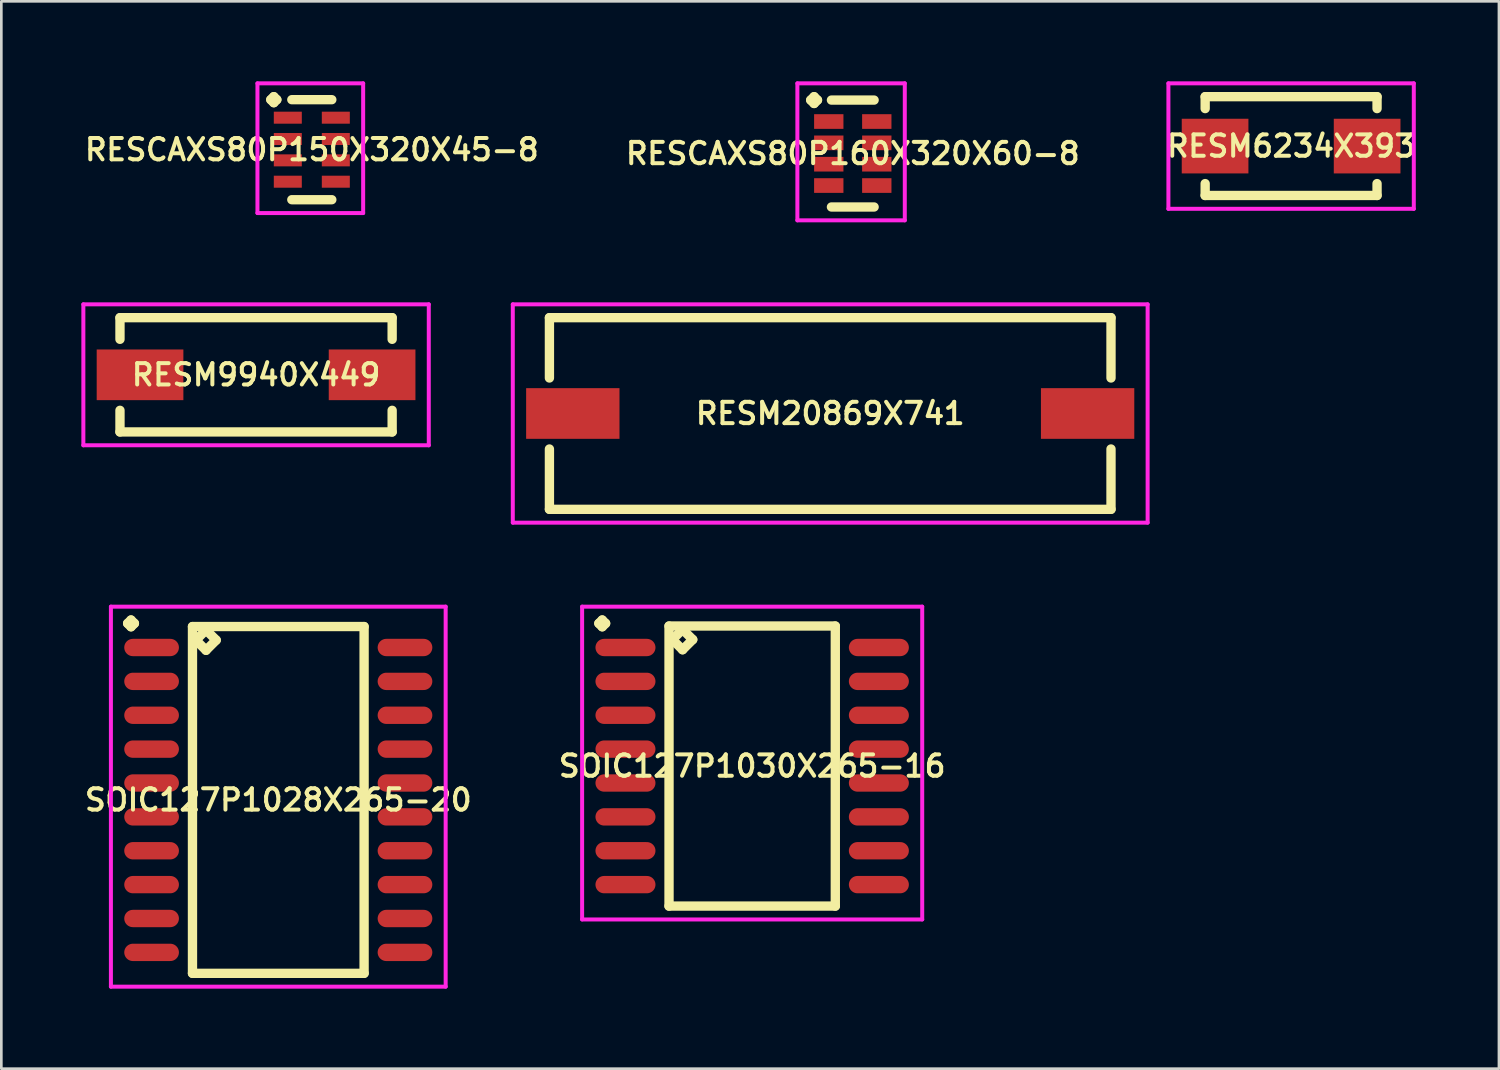
<source format=kicad_pcb>
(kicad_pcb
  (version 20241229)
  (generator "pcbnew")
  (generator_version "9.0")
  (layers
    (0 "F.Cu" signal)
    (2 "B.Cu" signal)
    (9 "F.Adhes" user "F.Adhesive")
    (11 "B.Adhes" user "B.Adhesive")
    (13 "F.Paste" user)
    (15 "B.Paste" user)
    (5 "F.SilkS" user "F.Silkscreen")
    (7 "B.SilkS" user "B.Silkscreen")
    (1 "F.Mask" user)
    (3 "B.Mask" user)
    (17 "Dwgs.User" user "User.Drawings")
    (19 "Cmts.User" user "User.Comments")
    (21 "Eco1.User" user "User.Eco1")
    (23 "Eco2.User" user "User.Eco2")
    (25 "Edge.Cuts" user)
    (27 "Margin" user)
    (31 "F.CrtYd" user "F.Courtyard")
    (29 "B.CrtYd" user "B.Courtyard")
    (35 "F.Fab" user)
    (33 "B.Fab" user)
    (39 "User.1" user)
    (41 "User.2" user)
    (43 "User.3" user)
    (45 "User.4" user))
  (footprint "RESM6234X393"
    (layer "F.Cu")
    (at 45.354 2.427)
    (property "Reference" "RESM6234X393" (at 0 0 0) (layer "F.SilkS") (effects (font (size 0.8 0.8) (thickness 0.15))))
    (attr smd)
    (fp_line (start -3.222 -1.852) (end 3.222 -1.852) (stroke (width 0.35) (type solid)) (layer "F.SilkS"))
    (fp_line (start -3.222 -1.406) (end -3.222 -1.852) (stroke (width 0.35) (type solid)) (layer "F.SilkS"))
    (fp_line (start -3.222 1.406) (end -3.222 1.852) (stroke (width 0.35) (type solid)) (layer "F.SilkS"))
    (fp_line (start -3.222 1.852) (end 3.222 1.852) (stroke (width 0.35) (type solid)) (layer "F.SilkS"))
    (fp_line (start 3.222 -1.852) (end 3.222 -1.406) (stroke (width 0.35) (type solid)) (layer "F.SilkS"))
    (fp_line (start 3.222 1.852) (end 3.222 1.406) (stroke (width 0.35) (type solid)) (layer "F.SilkS"))
    (fp_line (start -4.6 -2.352) (end 4.6 -2.352) (stroke (width 0.15) (type solid)) (layer "F.CrtYd"))
    (fp_line (start -4.6 2.352) (end -4.6 -2.352) (stroke (width 0.15) (type solid)) (layer "F.CrtYd"))
    (fp_line (start 4.6 -2.352) (end 4.6 2.352) (stroke (width 0.15) (type solid)) (layer "F.CrtYd"))
    (fp_line (start 4.6 2.352) (end -4.6 2.352) (stroke (width 0.15) (type solid)) (layer "F.CrtYd"))
    (pad "1" smd rect (at -2.85 0) (size 2.5 2.05) (layers "F.Cu" "F.Mask" "F.Paste"))
    (pad "2" smd rect (at 2.85 0) (size 2.5 2.05) (layers "F.Cu" "F.Mask" "F.Paste")))
  (footprint "RESM9940X449"
    (layer "F.Cu")
    (at 6.55 11.002)
    (property "Reference" "RESM9940X449" (at 0 0 0) (layer "F.SilkS") (effects (font (size 0.8 0.8) (thickness 0.15))))
    (attr smd)
    (fp_line (start -5.102 -2.142) (end 5.102 -2.142) (stroke (width 0.35) (type solid)) (layer "F.SilkS"))
    (fp_line (start -5.102 -1.331) (end -5.102 -2.142) (stroke (width 0.35) (type solid)) (layer "F.SilkS"))
    (fp_line (start -5.102 1.331) (end -5.102 2.142) (stroke (width 0.35) (type solid)) (layer "F.SilkS"))
    (fp_line (start -5.102 2.142) (end 5.102 2.142) (stroke (width 0.35) (type solid)) (layer "F.SilkS"))
    (fp_line (start 5.102 -2.142) (end 5.102 -1.331) (stroke (width 0.35) (type solid)) (layer "F.SilkS"))
    (fp_line (start 5.102 2.142) (end 5.102 1.331) (stroke (width 0.35) (type solid)) (layer "F.SilkS"))
    (fp_line (start -6.475 -2.642) (end 6.475 -2.642) (stroke (width 0.15) (type solid)) (layer "F.CrtYd"))
    (fp_line (start -6.475 2.642) (end -6.475 -2.642) (stroke (width 0.15) (type solid)) (layer "F.CrtYd"))
    (fp_line (start 6.475 -2.642) (end 6.475 2.642) (stroke (width 0.15) (type solid)) (layer "F.CrtYd"))
    (fp_line (start 6.475 2.642) (end -6.475 2.642) (stroke (width 0.15) (type solid)) (layer "F.CrtYd"))
    (pad "1" smd rect (at -4.35 0) (size 3.25 1.9) (layers "F.Cu" "F.Mask" "F.Paste"))
    (pad "2" smd rect (at 4.35 0) (size 3.25 1.9) (layers "F.Cu" "F.Mask" "F.Paste")))
  (footprint "SOIC127P1030X265-16"
    (layer "F.Cu")
    (at 25.149 25.67)
    (property "Reference" "SOIC127P1030X265-16" (at 0 0 0) (layer "F.SilkS") (effects (font (size 0.8 0.8) (thickness 0.15))))
    (attr smd)
    (fp_line (start -5.748 -5.349) (end -5.621 -5.476) (stroke (width 0.35) (type solid)) (layer "F.SilkS"))
    (fp_line (start -5.621 -5.476) (end -5.494 -5.349) (stroke (width 0.35) (type solid)) (layer "F.SilkS"))
    (fp_line (start -5.621 -5.222) (end -5.748 -5.349) (stroke (width 0.35) (type solid)) (layer "F.SilkS"))
    (fp_line (start -5.494 -5.349) (end -5.621 -5.222) (stroke (width 0.35) (type solid)) (layer "F.SilkS"))
    (fp_line (start -3.117 -5.25) (end -3.117 5.25) (stroke (width 0.35) (type solid)) (layer "F.SilkS"))
    (fp_line (start -3.117 5.25) (end 3.117 5.25) (stroke (width 0.35) (type solid)) (layer "F.SilkS"))
    (fp_line (start -2.99 -4.742) (end -2.609 -5.123) (stroke (width 0.35) (type solid)) (layer "F.SilkS"))
    (fp_line (start -2.609 -5.123) (end -2.228 -4.742) (stroke (width 0.35) (type solid)) (layer "F.SilkS"))
    (fp_line (start -2.609 -4.361) (end -2.99 -4.742) (stroke (width 0.35) (type solid)) (layer "F.SilkS"))
    (fp_line (start -2.228 -4.742) (end -2.609 -4.361) (stroke (width 0.35) (type solid)) (layer "F.SilkS"))
    (fp_line (start 3.117 -5.25) (end -3.117 -5.25) (stroke (width 0.35) (type solid)) (layer "F.SilkS"))
    (fp_line (start 3.117 5.25) (end 3.117 -5.25) (stroke (width 0.35) (type solid)) (layer "F.SilkS"))
    (fp_line (start -6.375 -5.976) (end 6.375 -5.976) (stroke (width 0.15) (type solid)) (layer "F.CrtYd"))
    (fp_line (start -6.375 5.75) (end -6.375 -5.976) (stroke (width 0.15) (type solid)) (layer "F.CrtYd"))
    (fp_line (start 6.375 -5.976) (end 6.375 5.75) (stroke (width 0.15) (type solid)) (layer "F.CrtYd"))
    (fp_line (start 6.375 5.75) (end -6.375 5.75) (stroke (width 0.15) (type solid)) (layer "F.CrtYd"))
    (pad "1" smd oval (at -4.75 -4.445) (size 2.25 0.65) (layers "F.Cu" "F.Mask" "F.Paste"))
    (pad "2" smd oval (at -4.75 -3.175) (size 2.25 0.65) (layers "F.Cu" "F.Mask" "F.Paste"))
    (pad "3" smd oval (at -4.75 -1.905) (size 2.25 0.65) (layers "F.Cu" "F.Mask" "F.Paste"))
    (pad "4" smd oval (at -4.75 -0.635) (size 2.25 0.65) (layers "F.Cu" "F.Mask" "F.Paste"))
    (pad "5" smd oval (at -4.75 0.635) (size 2.25 0.65) (layers "F.Cu" "F.Mask" "F.Paste"))
    (pad "6" smd oval (at -4.75 1.905) (size 2.25 0.65) (layers "F.Cu" "F.Mask" "F.Paste"))
    (pad "7" smd oval (at -4.75 3.175) (size 2.25 0.65) (layers "F.Cu" "F.Mask" "F.Paste"))
    (pad "8" smd oval (at -4.75 4.445) (size 2.25 0.65) (layers "F.Cu" "F.Mask" "F.Paste"))
    (pad "9" smd oval (at 4.75 4.445) (size 2.25 0.65) (layers "F.Cu" "F.Mask" "F.Paste"))
    (pad "10" smd oval (at 4.75 3.175) (size 2.25 0.65) (layers "F.Cu" "F.Mask" "F.Paste"))
    (pad "11" smd oval (at 4.75 1.905) (size 2.25 0.65) (layers "F.Cu" "F.Mask" "F.Paste"))
    (pad "12" smd oval (at 4.75 0.635) (size 2.25 0.65) (layers "F.Cu" "F.Mask" "F.Paste"))
    (pad "13" smd oval (at 4.75 -0.635) (size 2.25 0.65) (layers "F.Cu" "F.Mask" "F.Paste"))
    (pad "14" smd oval (at 4.75 -1.905) (size 2.25 0.65) (layers "F.Cu" "F.Mask" "F.Paste"))
    (pad "15" smd oval (at 4.75 -3.175) (size 2.25 0.65) (layers "F.Cu" "F.Mask" "F.Paste"))
    (pad "16" smd oval (at 4.75 -4.445) (size 2.25 0.65) (layers "F.Cu" "F.Mask" "F.Paste")))
  (footprint "RESM20869X741"
    (layer "F.Cu")
    (at 28.075 12.452)
    (property "Reference" "RESM20869X741" (at 0 0 0) (layer "F.SilkS") (effects (font (size 0.8 0.8) (thickness 0.15))))
    (attr smd)
    (fp_line (start -10.527 -3.592) (end 10.527 -3.592) (stroke (width 0.35) (type solid)) (layer "F.SilkS"))
    (fp_line (start -10.527 -1.331) (end -10.527 -3.592) (stroke (width 0.35) (type solid)) (layer "F.SilkS"))
    (fp_line (start -10.527 1.331) (end -10.527 3.592) (stroke (width 0.35) (type solid)) (layer "F.SilkS"))
    (fp_line (start -10.527 3.592) (end 10.527 3.592) (stroke (width 0.35) (type solid)) (layer "F.SilkS"))
    (fp_line (start 10.527 -3.592) (end 10.527 -1.331) (stroke (width 0.35) (type solid)) (layer "F.SilkS"))
    (fp_line (start 10.527 3.592) (end 10.527 1.331) (stroke (width 0.35) (type solid)) (layer "F.SilkS"))
    (fp_line (start -11.9 -4.092) (end 11.9 -4.092) (stroke (width 0.15) (type solid)) (layer "F.CrtYd"))
    (fp_line (start -11.9 4.092) (end -11.9 -4.092) (stroke (width 0.15) (type solid)) (layer "F.CrtYd"))
    (fp_line (start 11.9 -4.092) (end 11.9 4.092) (stroke (width 0.15) (type solid)) (layer "F.CrtYd"))
    (fp_line (start 11.9 4.092) (end -11.9 4.092) (stroke (width 0.15) (type solid)) (layer "F.CrtYd"))
    (pad "1" smd rect (at -9.65 0) (size 3.5 1.9) (layers "F.Cu" "F.Mask" "F.Paste"))
    (pad "2" smd rect (at 9.65 0) (size 3.5 1.9) (layers "F.Cu" "F.Mask" "F.Paste")))
  (footprint "RESCAXS80P160X320X60-8"
    (layer "F.Cu")
    (at 28.921 2.706)
    (property "Reference" "RESCAXS80P160X320X60-8" (at 0 0 0) (layer "F.SilkS") (effects (font (size 0.8 0.8) (thickness 0.15))))
    (attr smd)
    (fp_line (start -1.577 -2.004) (end -1.45 -2.131) (stroke (width 0.35) (type solid)) (layer "F.SilkS"))
    (fp_line (start -1.45 -2.131) (end -1.323 -2.004) (stroke (width 0.35) (type solid)) (layer "F.SilkS"))
    (fp_line (start -1.45 -1.877) (end -1.577 -2.004) (stroke (width 0.35) (type solid)) (layer "F.SilkS"))
    (fp_line (start -1.323 -2.004) (end -1.45 -1.877) (stroke (width 0.35) (type solid)) (layer "F.SilkS"))
    (fp_line (start -0.8 -2.004) (end 0.8 -2.004) (stroke (width 0.35) (type solid)) (layer "F.SilkS"))
    (fp_line (start -0.8 2.004) (end 0.8 2.004) (stroke (width 0.35) (type solid)) (layer "F.SilkS"))
    (fp_line (start -2.077 -2.631) (end 1.95 -2.631) (stroke (width 0.15) (type solid)) (layer "F.CrtYd"))
    (fp_line (start -2.077 2.504) (end -2.077 -2.631) (stroke (width 0.15) (type solid)) (layer "F.CrtYd"))
    (fp_line (start 1.95 -2.631) (end 1.95 2.504) (stroke (width 0.15) (type solid)) (layer "F.CrtYd"))
    (fp_line (start 1.95 2.504) (end -2.077 2.504) (stroke (width 0.15) (type solid)) (layer "F.CrtYd"))
    (pad "1" smd rect (at -0.9 -1.2) (size 1.1 0.55) (layers "F.Cu" "F.Mask" "F.Paste"))
    (pad "2" smd rect (at -0.9 -0.4) (size 1.1 0.55) (layers "F.Cu" "F.Mask" "F.Paste"))
    (pad "3" smd rect (at -0.9 0.4) (size 1.1 0.55) (layers "F.Cu" "F.Mask" "F.Paste"))
    (pad "4" smd rect (at -0.9 1.2) (size 1.1 0.55) (layers "F.Cu" "F.Mask" "F.Paste"))
    (pad "5" smd rect (at 0.9 1.2) (size 1.1 0.55) (layers "F.Cu" "F.Mask" "F.Paste"))
    (pad "6" smd rect (at 0.9 0.4) (size 1.1 0.55) (layers "F.Cu" "F.Mask" "F.Paste"))
    (pad "7" smd rect (at 0.9 -0.4) (size 1.1 0.55) (layers "F.Cu" "F.Mask" "F.Paste"))
    (pad "8" smd rect (at 0.9 -1.2) (size 1.1 0.55) (layers "F.Cu" "F.Mask" "F.Paste")))
  (footprint "SOIC127P1028X265-20"
    (layer "F.Cu")
    (at 7.383 26.94)
    (property "Reference" "SOIC127P1028X265-20" (at 0 0 0) (layer "F.SilkS") (effects (font (size 0.8 0.8) (thickness 0.15))))
    (attr smd)
    (fp_line (start -5.648 -6.619) (end -5.521 -6.746) (stroke (width 0.35) (type solid)) (layer "F.SilkS"))
    (fp_line (start -5.521 -6.746) (end -5.394 -6.619) (stroke (width 0.35) (type solid)) (layer "F.SilkS"))
    (fp_line (start -5.521 -6.492) (end -5.648 -6.619) (stroke (width 0.35) (type solid)) (layer "F.SilkS"))
    (fp_line (start -5.394 -6.619) (end -5.521 -6.492) (stroke (width 0.35) (type solid)) (layer "F.SilkS"))
    (fp_line (start -3.217 -6.5) (end -3.217 6.5) (stroke (width 0.35) (type solid)) (layer "F.SilkS"))
    (fp_line (start -3.217 6.5) (end 3.217 6.5) (stroke (width 0.35) (type solid)) (layer "F.SilkS"))
    (fp_line (start -3.09 -5.992) (end -2.709 -6.373) (stroke (width 0.35) (type solid)) (layer "F.SilkS"))
    (fp_line (start -2.709 -6.373) (end -2.328 -5.992) (stroke (width 0.35) (type solid)) (layer "F.SilkS"))
    (fp_line (start -2.709 -5.611) (end -3.09 -5.992) (stroke (width 0.35) (type solid)) (layer "F.SilkS"))
    (fp_line (start -2.328 -5.992) (end -2.709 -5.611) (stroke (width 0.35) (type solid)) (layer "F.SilkS"))
    (fp_line (start 3.217 -6.5) (end -3.217 -6.5) (stroke (width 0.35) (type solid)) (layer "F.SilkS"))
    (fp_line (start 3.217 6.5) (end 3.217 -6.5) (stroke (width 0.35) (type solid)) (layer "F.SilkS"))
    (fp_line (start -6.275 -7.246) (end 6.275 -7.246) (stroke (width 0.15) (type solid)) (layer "F.CrtYd"))
    (fp_line (start -6.275 7) (end -6.275 -7.246) (stroke (width 0.15) (type solid)) (layer "F.CrtYd"))
    (fp_line (start 6.275 -7.246) (end 6.275 7) (stroke (width 0.15) (type solid)) (layer "F.CrtYd"))
    (fp_line (start 6.275 7) (end -6.275 7) (stroke (width 0.15) (type solid)) (layer "F.CrtYd"))
    (pad "1" smd oval (at -4.75 -5.715) (size 2.05 0.65) (layers "F.Cu" "F.Mask" "F.Paste"))
    (pad "2" smd oval (at -4.75 -4.445) (size 2.05 0.65) (layers "F.Cu" "F.Mask" "F.Paste"))
    (pad "3" smd oval (at -4.75 -3.175) (size 2.05 0.65) (layers "F.Cu" "F.Mask" "F.Paste"))
    (pad "4" smd oval (at -4.75 -1.905) (size 2.05 0.65) (layers "F.Cu" "F.Mask" "F.Paste"))
    (pad "5" smd oval (at -4.75 -0.635) (size 2.05 0.65) (layers "F.Cu" "F.Mask" "F.Paste"))
    (pad "6" smd oval (at -4.75 0.635) (size 2.05 0.65) (layers "F.Cu" "F.Mask" "F.Paste"))
    (pad "7" smd oval (at -4.75 1.905) (size 2.05 0.65) (layers "F.Cu" "F.Mask" "F.Paste"))
    (pad "8" smd oval (at -4.75 3.175) (size 2.05 0.65) (layers "F.Cu" "F.Mask" "F.Paste"))
    (pad "9" smd oval (at -4.75 4.445) (size 2.05 0.65) (layers "F.Cu" "F.Mask" "F.Paste"))
    (pad "10" smd oval (at -4.75 5.715) (size 2.05 0.65) (layers "F.Cu" "F.Mask" "F.Paste"))
    (pad "11" smd oval (at 4.75 5.715) (size 2.05 0.65) (layers "F.Cu" "F.Mask" "F.Paste"))
    (pad "12" smd oval (at 4.75 4.445) (size 2.05 0.65) (layers "F.Cu" "F.Mask" "F.Paste"))
    (pad "13" smd oval (at 4.75 3.175) (size 2.05 0.65) (layers "F.Cu" "F.Mask" "F.Paste"))
    (pad "14" smd oval (at 4.75 1.905) (size 2.05 0.65) (layers "F.Cu" "F.Mask" "F.Paste"))
    (pad "15" smd oval (at 4.75 0.635) (size 2.05 0.65) (layers "F.Cu" "F.Mask" "F.Paste"))
    (pad "16" smd oval (at 4.75 -0.635) (size 2.05 0.65) (layers "F.Cu" "F.Mask" "F.Paste"))
    (pad "17" smd oval (at 4.75 -1.905) (size 2.05 0.65) (layers "F.Cu" "F.Mask" "F.Paste"))
    (pad "18" smd oval (at 4.75 -3.175) (size 2.05 0.65) (layers "F.Cu" "F.Mask" "F.Paste"))
    (pad "19" smd oval (at 4.75 -4.445) (size 2.05 0.65) (layers "F.Cu" "F.Mask" "F.Paste"))
    (pad "20" smd oval (at 4.75 -5.715) (size 2.05 0.65) (layers "F.Cu" "F.Mask" "F.Paste")))
  (footprint "RESCAXS80P150X320X45-8"
    (layer "F.Cu")
    (at 8.64 2.562)
    (property "Reference" "RESCAXS80P150X320X45-8" (at 0 0 0) (layer "F.SilkS") (effects (font (size 0.8 0.8) (thickness 0.15))))
    (attr smd)
    (fp_line (start -1.538 -1.875) (end -1.425 -1.988) (stroke (width 0.35) (type solid)) (layer "F.SilkS"))
    (fp_line (start -1.425 -1.988) (end -1.312 -1.875) (stroke (width 0.35) (type solid)) (layer "F.SilkS"))
    (fp_line (start -1.425 -1.762) (end -1.538 -1.875) (stroke (width 0.35) (type solid)) (layer "F.SilkS"))
    (fp_line (start -1.312 -1.875) (end -1.425 -1.762) (stroke (width 0.35) (type solid)) (layer "F.SilkS"))
    (fp_line (start -0.75 -1.875) (end 0.75 -1.875) (stroke (width 0.35) (type solid)) (layer "F.SilkS"))
    (fp_line (start -0.75 1.875) (end 0.75 1.875) (stroke (width 0.35) (type solid)) (layer "F.SilkS"))
    (fp_line (start -2.038 -2.487) (end 1.925 -2.487) (stroke (width 0.15) (type solid)) (layer "F.CrtYd"))
    (fp_line (start -2.038 2.375) (end -2.038 -2.487) (stroke (width 0.15) (type solid)) (layer "F.CrtYd"))
    (fp_line (start 1.925 -2.487) (end 1.925 2.375) (stroke (width 0.15) (type solid)) (layer "F.CrtYd"))
    (fp_line (start 1.925 2.375) (end -2.038 2.375) (stroke (width 0.15) (type solid)) (layer "F.CrtYd"))
    (pad "1" smd rect (at -0.9 -1.2) (size 1.05 0.45) (layers "F.Cu" "F.Mask" "F.Paste"))
    (pad "2" smd rect (at -0.9 -0.4) (size 1.05 0.45) (layers "F.Cu" "F.Mask" "F.Paste"))
    (pad "3" smd rect (at -0.9 0.4) (size 1.05 0.45) (layers "F.Cu" "F.Mask" "F.Paste"))
    (pad "4" smd rect (at -0.9 1.2) (size 1.05 0.45) (layers "F.Cu" "F.Mask" "F.Paste"))
    (pad "5" smd rect (at 0.9 1.2) (size 1.05 0.45) (layers "F.Cu" "F.Mask" "F.Paste"))
    (pad "6" smd rect (at 0.9 0.4) (size 1.05 0.45) (layers "F.Cu" "F.Mask" "F.Paste"))
    (pad "7" smd rect (at 0.9 -0.4) (size 1.05 0.45) (layers "F.Cu" "F.Mask" "F.Paste"))
    (pad "8" smd rect (at 0.9 -1.2) (size 1.05 0.45) (layers "F.Cu" "F.Mask" "F.Paste")))
  (gr_rect
    (start -3 -3)
    (end 53.146 37.015)
    (stroke (width 0.1) (type default))
    (fill no)
    (layer "Edge.Cuts")))
</source>
